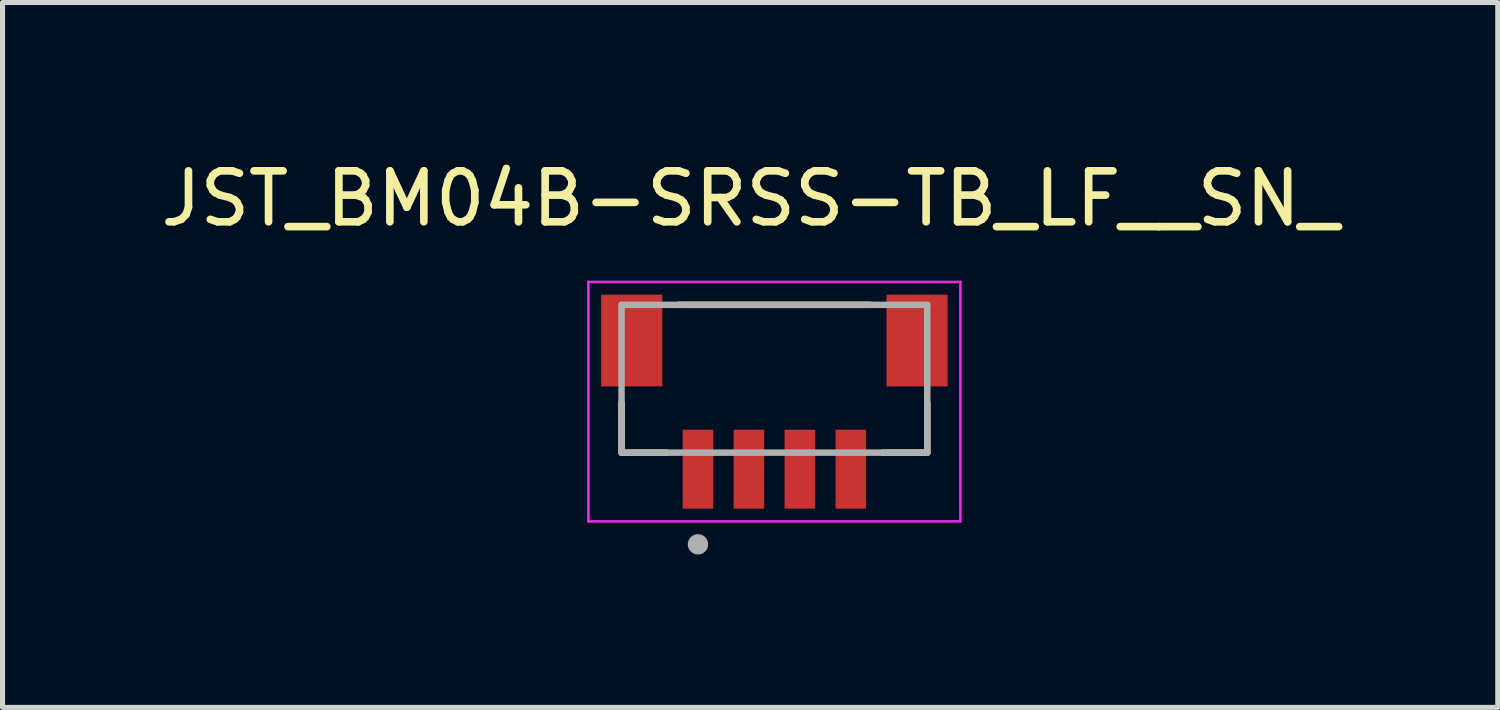
<source format=kicad_pcb>
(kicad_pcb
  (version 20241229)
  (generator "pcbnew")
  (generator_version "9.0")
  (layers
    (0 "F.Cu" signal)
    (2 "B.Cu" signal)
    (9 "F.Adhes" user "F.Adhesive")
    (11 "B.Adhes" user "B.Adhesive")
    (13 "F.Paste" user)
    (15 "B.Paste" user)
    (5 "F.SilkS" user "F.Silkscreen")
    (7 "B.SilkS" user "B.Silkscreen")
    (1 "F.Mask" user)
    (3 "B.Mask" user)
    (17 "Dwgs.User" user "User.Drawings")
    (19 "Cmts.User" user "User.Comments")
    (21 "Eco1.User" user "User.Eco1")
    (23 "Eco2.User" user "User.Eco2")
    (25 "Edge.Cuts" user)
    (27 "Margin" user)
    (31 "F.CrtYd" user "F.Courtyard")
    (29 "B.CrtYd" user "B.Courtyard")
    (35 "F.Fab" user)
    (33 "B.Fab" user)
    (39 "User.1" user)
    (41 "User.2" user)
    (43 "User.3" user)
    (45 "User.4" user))
  (footprint "JST_BM04B-SRSS-TB_LF__SN_"
    (layer "F.Cu")
    (at 12.148 3.633)
    (property "Reference" "JST_BM04B-SRSS-TB_LF__SN_" (at -0.475 -2.785 0) (layer "F.SilkS") (effects (font (size 1 1) (thickness 0.15))))
    (attr smd)
    (fp_line (start -3 2.2) (end -3 1.22) (stroke (width 0.127) (type solid)) (layer "F.SilkS"))
    (fp_line (start -2.12 2.2) (end -3 2.2) (stroke (width 0.127) (type solid)) (layer "F.SilkS"))
    (fp_line (start -1.88 -0.7) (end 1.88 -0.7) (stroke (width 0.127) (type solid)) (layer "F.SilkS"))
    (fp_line (start 3 2.2) (end 2.12 2.2) (stroke (width 0.127) (type solid)) (layer "F.SilkS"))
    (fp_line (start 3 2.2) (end 3 1.22) (stroke (width 0.127) (type solid)) (layer "F.SilkS"))
    (fp_line (start -3.65 -1.15) (end -3.65 3.55) (stroke (width 0.05) (type solid)) (layer "F.CrtYd"))
    (fp_line (start -3.65 3.55) (end 3.65 3.55) (stroke (width 0.05) (type solid)) (layer "F.CrtYd"))
    (fp_line (start 3.65 -1.15) (end -3.65 -1.15) (stroke (width 0.05) (type solid)) (layer "F.CrtYd"))
    (fp_line (start 3.65 3.55) (end 3.65 -1.15) (stroke (width 0.05) (type solid)) (layer "F.CrtYd"))
    (fp_line (start -3 -0.7) (end 3 -0.7) (stroke (width 0.127) (type solid)) (layer "F.Fab"))
    (fp_line (start -3 2.2) (end -3 -0.7) (stroke (width 0.127) (type solid)) (layer "F.Fab"))
    (fp_line (start 3 -0.7) (end 3 2.2) (stroke (width 0.127) (type solid)) (layer "F.Fab"))
    (fp_line (start 3 2.2) (end -3 2.2) (stroke (width 0.127) (type solid)) (layer "F.Fab"))
    (fp_circle (center -1.5 4) (end -1.4 4) (stroke (width 0.2) (type solid)) (fill no) (layer "F.Fab"))
    (pad "1" smd rect (at -1.5 2.525) (size 0.6 1.55) (layers "F.Cu" "F.Mask" "F.Paste"))
    (pad "2" smd rect (at -0.5 2.525) (size 0.6 1.55) (layers "F.Cu" "F.Mask" "F.Paste"))
    (pad "3" smd rect (at 0.5 2.525) (size 0.6 1.55) (layers "F.Cu" "F.Mask" "F.Paste"))
    (pad "4" smd rect (at 1.5 2.525) (size 0.6 1.55) (layers "F.Cu" "F.Mask" "F.Paste"))
    (pad "S1" smd rect (at -2.8 0) (size 1.2 1.8) (layers "F.Cu" "F.Mask" "F.Paste"))
    (pad "S2" smd rect (at 2.8 0) (size 1.2 1.8) (layers "F.Cu" "F.Mask" "F.Paste")))
  (gr_rect
    (start -3 -3)
    (end 26.345 10.833)
    (stroke (width 0.1) (type default))
    (fill no)
    (layer "Edge.Cuts")))
</source>
